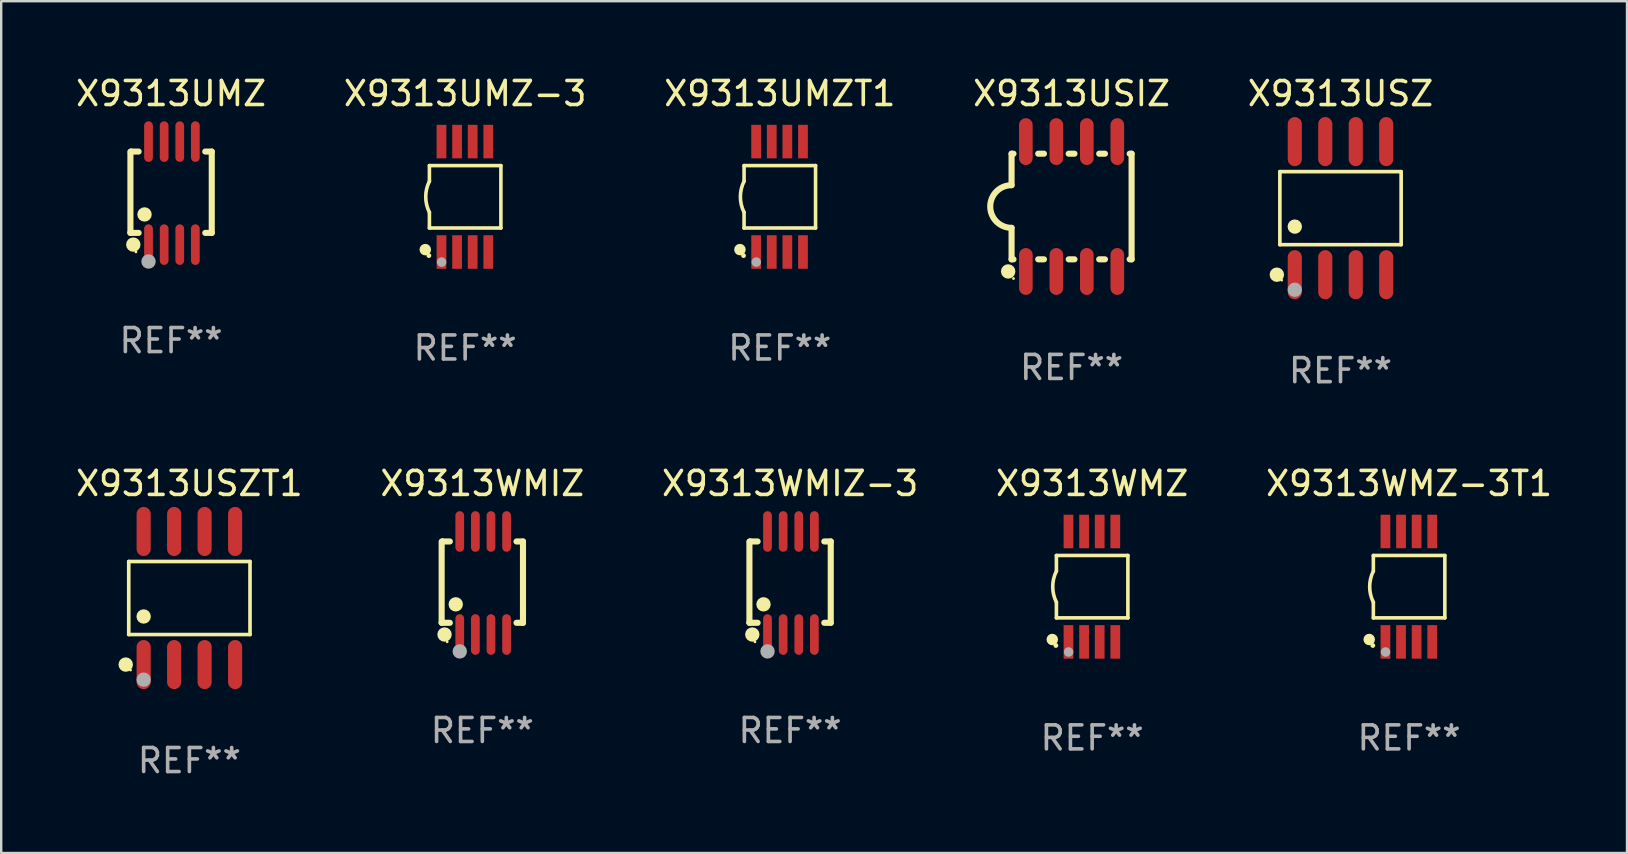
<source format=kicad_pcb>
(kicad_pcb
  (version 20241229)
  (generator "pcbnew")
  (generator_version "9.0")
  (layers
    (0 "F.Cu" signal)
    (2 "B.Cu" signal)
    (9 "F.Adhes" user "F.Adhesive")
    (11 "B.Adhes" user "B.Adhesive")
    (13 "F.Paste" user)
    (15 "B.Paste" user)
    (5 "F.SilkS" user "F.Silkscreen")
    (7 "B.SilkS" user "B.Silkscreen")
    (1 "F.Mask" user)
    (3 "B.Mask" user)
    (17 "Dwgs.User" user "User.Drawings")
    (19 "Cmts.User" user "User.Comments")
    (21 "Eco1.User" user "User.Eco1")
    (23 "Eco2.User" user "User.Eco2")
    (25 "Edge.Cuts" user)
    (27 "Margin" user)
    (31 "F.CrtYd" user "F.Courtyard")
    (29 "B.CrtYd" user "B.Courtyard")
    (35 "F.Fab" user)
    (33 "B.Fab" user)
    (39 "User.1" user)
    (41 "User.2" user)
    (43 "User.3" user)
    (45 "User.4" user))
  (footprint "X9313WMIZ"
    (layer "F.Cu")
    (at 17.042 21.236)
    (property "Reference" "X9313WMIZ" (at 0 -4.146 0) (layer "F.SilkS") (effects (font (size 1 1) (thickness 0.15))))
    (attr through_hole)
    (fp_line (start -1.694 -1.724) (end -1.694 1.652) (stroke (width 0.254) (type solid)) (layer "F.SilkS"))
    (fp_line (start -1.694 1.652) (end -1.688 1.658) (stroke (width 0.254) (type solid)) (layer "F.SilkS"))
    (fp_line (start -1.688 1.658) (end -1.353 1.658) (stroke (width 0.254) (type solid)) (layer "F.SilkS"))
    (fp_line (start -1.661 -1.73) (end -1.681 -1.71) (stroke (width 0.254) (type solid)) (layer "F.SilkS"))
    (fp_line (start -1.353 -1.73) (end -1.661 -1.73) (stroke (width 0.254) (type solid)) (layer "F.SilkS"))
    (fp_line (start 1.424 1.658) (end 1.694 1.658) (stroke (width 0.254) (type solid)) (layer "F.SilkS"))
    (fp_line (start 1.694 -1.73) (end 1.424 -1.73) (stroke (width 0.254) (type solid)) (layer "F.SilkS"))
    (fp_line (start 1.694 1.658) (end 1.694 -1.73) (stroke (width 0.254) (type solid)) (layer "F.SilkS"))
    (fp_circle (center -1.574 2.146) (end -1.424 2.146) (stroke (width 0.3) (type solid)) (fill no) (layer "F.SilkS"))
    (fp_circle (center -1.464 2.45) (end -1.434 2.45) (stroke (width 0.06) (type solid)) (fill no) (layer "F.SilkS"))
    (fp_circle (center -1.107 0.889) (end -0.957 0.889) (stroke (width 0.3) (type solid)) (fill no) (layer "F.SilkS"))
    (fp_circle (center -0.94 2.85) (end -0.789 2.85) (stroke (width 0.3) (type solid)) (fill no) (layer "F.Fab"))
    (fp_text user "REF**" (at 0 6.146 0) (layer "F.Fab") (effects (font (size 1 1) (thickness 0.15))))
    (pad "1" smd oval (at -0.94 2.146) (size 0.364 1.692) (layers "F.Cu" "F.Mask" "F.Paste"))
    (pad "2" smd oval (at -0.289 2.146) (size 0.364 1.692) (layers "F.Cu" "F.Mask" "F.Paste"))
    (pad "3" smd oval (at 0.361 2.146) (size 0.364 1.692) (layers "F.Cu" "F.Mask" "F.Paste"))
    (pad "4" smd oval (at 1.011 2.146) (size 0.364 1.692) (layers "F.Cu" "F.Mask" "F.Paste"))
    (pad "5" smd oval (at 1.011 -2.146) (size 0.364 1.692) (layers "F.Cu" "F.Mask" "F.Paste"))
    (pad "6" smd oval (at 0.361 -2.146) (size 0.364 1.692) (layers "F.Cu" "F.Mask" "F.Paste"))
    (pad "7" smd oval (at -0.289 -2.146) (size 0.364 1.692) (layers "F.Cu" "F.Mask" "F.Paste"))
    (pad "8" smd oval (at -0.94 -2.146) (size 0.364 1.692) (layers "F.Cu" "F.Mask" "F.Paste")))
  (footprint "X9313WMIZ-3"
    (layer "F.Cu")
    (at 29.863 21.236)
    (property "Reference" "X9313WMIZ-3" (at 0 -4.146 0) (layer "F.SilkS") (effects (font (size 1 1) (thickness 0.15))))
    (attr through_hole)
    (fp_line (start -1.694 -1.724) (end -1.694 1.652) (stroke (width 0.254) (type solid)) (layer "F.SilkS"))
    (fp_line (start -1.694 1.652) (end -1.688 1.658) (stroke (width 0.254) (type solid)) (layer "F.SilkS"))
    (fp_line (start -1.688 1.658) (end -1.353 1.658) (stroke (width 0.254) (type solid)) (layer "F.SilkS"))
    (fp_line (start -1.661 -1.73) (end -1.681 -1.71) (stroke (width 0.254) (type solid)) (layer "F.SilkS"))
    (fp_line (start -1.353 -1.73) (end -1.661 -1.73) (stroke (width 0.254) (type solid)) (layer "F.SilkS"))
    (fp_line (start 1.424 1.658) (end 1.694 1.658) (stroke (width 0.254) (type solid)) (layer "F.SilkS"))
    (fp_line (start 1.694 -1.73) (end 1.424 -1.73) (stroke (width 0.254) (type solid)) (layer "F.SilkS"))
    (fp_line (start 1.694 1.658) (end 1.694 -1.73) (stroke (width 0.254) (type solid)) (layer "F.SilkS"))
    (fp_circle (center -1.574 2.146) (end -1.424 2.146) (stroke (width 0.3) (type solid)) (fill no) (layer "F.SilkS"))
    (fp_circle (center -1.464 2.45) (end -1.434 2.45) (stroke (width 0.06) (type solid)) (fill no) (layer "F.SilkS"))
    (fp_circle (center -1.107 0.889) (end -0.957 0.889) (stroke (width 0.3) (type solid)) (fill no) (layer "F.SilkS"))
    (fp_circle (center -0.94 2.85) (end -0.789 2.85) (stroke (width 0.3) (type solid)) (fill no) (layer "F.Fab"))
    (fp_text user "REF**" (at 0 6.146 0) (layer "F.Fab") (effects (font (size 1 1) (thickness 0.15))))
    (pad "1" smd oval (at -0.94 2.146) (size 0.364 1.692) (layers "F.Cu" "F.Mask" "F.Paste"))
    (pad "2" smd oval (at -0.289 2.146) (size 0.364 1.692) (layers "F.Cu" "F.Mask" "F.Paste"))
    (pad "3" smd oval (at 0.361 2.146) (size 0.364 1.692) (layers "F.Cu" "F.Mask" "F.Paste"))
    (pad "4" smd oval (at 1.011 2.146) (size 0.364 1.692) (layers "F.Cu" "F.Mask" "F.Paste"))
    (pad "5" smd oval (at 1.011 -2.146) (size 0.364 1.692) (layers "F.Cu" "F.Mask" "F.Paste"))
    (pad "6" smd oval (at 0.361 -2.146) (size 0.364 1.692) (layers "F.Cu" "F.Mask" "F.Paste"))
    (pad "7" smd oval (at -0.289 -2.146) (size 0.364 1.692) (layers "F.Cu" "F.Mask" "F.Paste"))
    (pad "8" smd oval (at -0.94 -2.146) (size 0.364 1.692) (layers "F.Cu" "F.Mask" "F.Paste")))
  (footprint "X9313USIZ"
    (layer "F.Cu")
    (at 41.589 5.553)
    (property "Reference" "X9313USIZ" (at 0 -4.705 0) (layer "F.SilkS") (effects (font (size 1 1) (thickness 0.15))))
    (attr through_hole)
    (fp_line (start -2.5 -2.2) (end -2.5 -0.889) (stroke (width 0.254) (type solid)) (layer "F.SilkS"))
    (fp_line (start -2.5 2.2) (end -2.5 0.889) (stroke (width 0.254) (type solid)) (layer "F.SilkS"))
    (fp_line (start -2.42 -2.2) (end -2.5 -2.2) (stroke (width 0.254) (type solid)) (layer "F.SilkS"))
    (fp_line (start -2.42 2.2) (end -2.5 2.2) (stroke (width 0.254) (type solid)) (layer "F.SilkS"))
    (fp_line (start -1.15 -2.2) (end -1.39 -2.2) (stroke (width 0.254) (type solid)) (layer "F.SilkS"))
    (fp_line (start -1.15 2.2) (end -1.39 2.2) (stroke (width 0.254) (type solid)) (layer "F.SilkS"))
    (fp_line (start 0.12 -2.2) (end -0.12 -2.2) (stroke (width 0.254) (type solid)) (layer "F.SilkS"))
    (fp_line (start 0.12 2.2) (end -0.12 2.2) (stroke (width 0.254) (type solid)) (layer "F.SilkS"))
    (fp_line (start 1.39 -2.2) (end 1.15 -2.2) (stroke (width 0.254) (type solid)) (layer "F.SilkS"))
    (fp_line (start 1.39 2.2) (end 1.15 2.2) (stroke (width 0.254) (type solid)) (layer "F.SilkS"))
    (fp_line (start 2.5 -2.2) (end 2.42 -2.2) (stroke (width 0.254) (type solid)) (layer "F.SilkS"))
    (fp_line (start 2.5 -2.2) (end 2.5 2.2) (stroke (width 0.254) (type solid)) (layer "F.SilkS"))
    (fp_line (start 2.5 2.2) (end 2.42 2.2) (stroke (width 0.254) (type solid)) (layer "F.SilkS"))
    (fp_arc (start -2.5 0.889002) (mid -3.388367 -0.000318) (end -2.499365 -0.889002) (stroke (width 0.254001) (type solid)) (layer "F.SilkS"))
    (fp_circle (center -2.642 2.705) (end -2.491 2.705) (stroke (width 0.3) (type solid)) (fill no) (layer "F.SilkS"))
    (fp_circle (center -2.42 3) (end -2.39 3) (stroke (width 0.06) (type solid)) (fill no) (layer "F.SilkS"))
    (fp_text user "REF**" (at 0 6.705 0) (layer "F.Fab") (effects (font (size 1 1) (thickness 0.15))))
    (pad "1" smd oval (at -1.905 2.705) (size 0.568 1.95) (layers "F.Cu" "F.Mask" "F.Paste"))
    (pad "2" smd oval (at -0.635 2.705) (size 0.568 1.95) (layers "F.Cu" "F.Mask" "F.Paste"))
    (pad "3" smd oval (at 0.635 2.705) (size 0.568 1.95) (layers "F.Cu" "F.Mask" "F.Paste"))
    (pad "4" smd oval (at 1.905 2.705) (size 0.568 1.95) (layers "F.Cu" "F.Mask" "F.Paste"))
    (pad "5" smd oval (at 1.905 -2.705) (size 0.568 1.95) (layers "F.Cu" "F.Mask" "F.Paste"))
    (pad "6" smd oval (at 0.635 -2.705) (size 0.568 1.95) (layers "F.Cu" "F.Mask" "F.Paste"))
    (pad "7" smd oval (at -0.635 -2.705) (size 0.568 1.95) (layers "F.Cu" "F.Mask" "F.Paste"))
    (pad "8" smd oval (at -1.905 -2.705) (size 0.568 1.95) (layers "F.Cu" "F.Mask" "F.Paste")))
  (footprint "X9313UMZT1"
    (layer "F.Cu")
    (at 29.435 5.148)
    (property "Reference" "X9313UMZT1" (at 0 -4.3 0) (layer "F.SilkS") (effects (font (size 1 1) (thickness 0.15))))
    (attr through_hole)
    (fp_line (start -1.489 -1.3) (end -1.489 -0.648) (stroke (width 0.15) (type solid)) (layer "F.SilkS"))
    (fp_line (start -1.489 0.648) (end -1.489 1.3) (stroke (width 0.15) (type solid)) (layer "F.SilkS"))
    (fp_line (start -1.489 1.3) (end 1.489 1.3) (stroke (width 0.15) (type solid)) (layer "F.SilkS"))
    (fp_line (start 1.489 -1.3) (end -1.489 -1.3) (stroke (width 0.15) (type solid)) (layer "F.SilkS"))
    (fp_line (start 1.489 1.3) (end 1.489 -1.3) (stroke (width 0.15) (type solid)) (layer "F.SilkS"))
    (fp_arc (start -1.489205 0.647702) (mid -1.642107 0) (end -1.489205 -0.647701) (stroke (width 0.150013) (type solid)) (layer "F.SilkS"))
    (fp_circle (center -1.661 2.2) (end -1.541 2.2) (stroke (width 0.24) (type solid)) (fill no) (layer "F.SilkS"))
    (fp_circle (center -1.511 2.45) (end -1.461 2.45) (stroke (width 0.1) (type solid)) (fill no) (layer "F.SilkS"))
    (fp_circle (center -0.981 2.72) (end -0.881 2.72) (stroke (width 0.2) (type solid)) (fill no) (layer "F.Fab"))
    (fp_text user "REF**" (at 0 6.3 0) (layer "F.Fab") (effects (font (size 1 1) (thickness 0.15))))
    (pad "1" smd rect (at -0.986 2.3) (size 0.406 1.397) (layers "F.Cu" "F.Mask" "F.Paste"))
    (pad "2" smd rect (at -0.336 2.3) (size 0.406 1.397) (layers "F.Cu" "F.Mask" "F.Paste"))
    (pad "3" smd rect (at 0.314 2.3) (size 0.406 1.397) (layers "F.Cu" "F.Mask" "F.Paste"))
    (pad "4" smd rect (at 0.964 2.3) (size 0.406 1.397) (layers "F.Cu" "F.Mask" "F.Paste"))
    (pad "5" smd rect (at 0.964 -2.3) (size 0.406 1.397) (layers "F.Cu" "F.Mask" "F.Paste"))
    (pad "6" smd rect (at 0.314 -2.3) (size 0.406 1.397) (layers "F.Cu" "F.Mask" "F.Paste"))
    (pad "7" smd rect (at -0.336 -2.3) (size 0.406 1.397) (layers "F.Cu" "F.Mask" "F.Paste"))
    (pad "8" smd rect (at -0.986 -2.3) (size 0.406 1.397) (layers "F.Cu" "F.Mask" "F.Paste")))
  (footprint "X9313UMZ"
    (layer "F.Cu")
    (at 4.077 4.994)
    (property "Reference" "X9313UMZ" (at 0 -4.146 0) (layer "F.SilkS") (effects (font (size 1 1) (thickness 0.15))))
    (attr through_hole)
    (fp_line (start -1.694 -1.724) (end -1.694 1.652) (stroke (width 0.254) (type solid)) (layer "F.SilkS"))
    (fp_line (start -1.694 1.652) (end -1.688 1.658) (stroke (width 0.254) (type solid)) (layer "F.SilkS"))
    (fp_line (start -1.688 1.658) (end -1.353 1.658) (stroke (width 0.254) (type solid)) (layer "F.SilkS"))
    (fp_line (start -1.661 -1.73) (end -1.681 -1.71) (stroke (width 0.254) (type solid)) (layer "F.SilkS"))
    (fp_line (start -1.353 -1.73) (end -1.661 -1.73) (stroke (width 0.254) (type solid)) (layer "F.SilkS"))
    (fp_line (start 1.424 1.658) (end 1.694 1.658) (stroke (width 0.254) (type solid)) (layer "F.SilkS"))
    (fp_line (start 1.694 -1.73) (end 1.424 -1.73) (stroke (width 0.254) (type solid)) (layer "F.SilkS"))
    (fp_line (start 1.694 1.658) (end 1.694 -1.73) (stroke (width 0.254) (type solid)) (layer "F.SilkS"))
    (fp_circle (center -1.574 2.146) (end -1.424 2.146) (stroke (width 0.3) (type solid)) (fill no) (layer "F.SilkS"))
    (fp_circle (center -1.464 2.45) (end -1.434 2.45) (stroke (width 0.06) (type solid)) (fill no) (layer "F.SilkS"))
    (fp_circle (center -1.107 0.889) (end -0.957 0.889) (stroke (width 0.3) (type solid)) (fill no) (layer "F.SilkS"))
    (fp_circle (center -0.94 2.85) (end -0.789 2.85) (stroke (width 0.3) (type solid)) (fill no) (layer "F.Fab"))
    (fp_text user "REF**" (at 0 6.146 0) (layer "F.Fab") (effects (font (size 1 1) (thickness 0.15))))
    (pad "1" smd oval (at -0.94 2.146) (size 0.364 1.692) (layers "F.Cu" "F.Mask" "F.Paste"))
    (pad "2" smd oval (at -0.289 2.146) (size 0.364 1.692) (layers "F.Cu" "F.Mask" "F.Paste"))
    (pad "3" smd oval (at 0.361 2.146) (size 0.364 1.692) (layers "F.Cu" "F.Mask" "F.Paste"))
    (pad "4" smd oval (at 1.011 2.146) (size 0.364 1.692) (layers "F.Cu" "F.Mask" "F.Paste"))
    (pad "5" smd oval (at 1.011 -2.146) (size 0.364 1.692) (layers "F.Cu" "F.Mask" "F.Paste"))
    (pad "6" smd oval (at 0.361 -2.146) (size 0.364 1.692) (layers "F.Cu" "F.Mask" "F.Paste"))
    (pad "7" smd oval (at -0.289 -2.146) (size 0.364 1.692) (layers "F.Cu" "F.Mask" "F.Paste"))
    (pad "8" smd oval (at -0.94 -2.146) (size 0.364 1.692) (layers "F.Cu" "F.Mask" "F.Paste")))
  (footprint "X9313USZ"
    (layer "F.Cu")
    (at 52.792 5.621)
    (property "Reference" "X9313USZ" (at 0 -4.772 0) (layer "F.SilkS") (effects (font (size 1 1) (thickness 0.15))))
    (attr through_hole)
    (fp_line (start -2.526 -1.521) (end 2.526 -1.521) (stroke (width 0.152) (type solid)) (layer "F.SilkS"))
    (fp_line (start -2.526 1.521) (end -2.526 -1.521) (stroke (width 0.152) (type solid)) (layer "F.SilkS"))
    (fp_line (start 2.526 -1.521) (end 2.526 1.521) (stroke (width 0.152) (type solid)) (layer "F.SilkS"))
    (fp_line (start 2.526 1.521) (end -2.526 1.521) (stroke (width 0.152) (type solid)) (layer "F.SilkS"))
    (fp_circle (center -2.652 2.772) (end -2.501 2.772) (stroke (width 0.3) (type solid)) (fill no) (layer "F.SilkS"))
    (fp_circle (center -2.45 3) (end -2.42 3) (stroke (width 0.06) (type solid)) (fill no) (layer "F.SilkS"))
    (fp_circle (center -1.905 0.769) (end -1.755 0.769) (stroke (width 0.3) (type solid)) (fill no) (layer "F.SilkS"))
    (fp_circle (center -1.905 3.4) (end -1.755 3.4) (stroke (width 0.3) (type solid)) (fill no) (layer "F.Fab"))
    (fp_text user "REF**" (at 0 6.772 0) (layer "F.Fab") (effects (font (size 1 1) (thickness 0.15))))
    (pad "1" smd oval (at -1.905 2.772) (size 0.588 2.045) (layers "F.Cu" "F.Mask" "F.Paste"))
    (pad "2" smd oval (at -0.635 2.772) (size 0.588 2.045) (layers "F.Cu" "F.Mask" "F.Paste"))
    (pad "3" smd oval (at 0.635 2.772) (size 0.588 2.045) (layers "F.Cu" "F.Mask" "F.Paste"))
    (pad "4" smd oval (at 1.905 2.772) (size 0.588 2.045) (layers "F.Cu" "F.Mask" "F.Paste"))
    (pad "5" smd oval (at 1.905 -2.772) (size 0.588 2.045) (layers "F.Cu" "F.Mask" "F.Paste"))
    (pad "6" smd oval (at 0.635 -2.772) (size 0.588 2.045) (layers "F.Cu" "F.Mask" "F.Paste"))
    (pad "7" smd oval (at -0.635 -2.772) (size 0.588 2.045) (layers "F.Cu" "F.Mask" "F.Paste"))
    (pad "8" smd oval (at -1.905 -2.772) (size 0.588 2.045) (layers "F.Cu" "F.Mask" "F.Paste")))
  (footprint "X9313UMZ-3"
    (layer "F.Cu")
    (at 16.327 5.148)
    (property "Reference" "X9313UMZ-3" (at 0 -4.3 0) (layer "F.SilkS") (effects (font (size 1 1) (thickness 0.15))))
    (attr through_hole)
    (fp_line (start -1.489 -1.3) (end -1.489 -0.648) (stroke (width 0.15) (type solid)) (layer "F.SilkS"))
    (fp_line (start -1.489 0.648) (end -1.489 1.3) (stroke (width 0.15) (type solid)) (layer "F.SilkS"))
    (fp_line (start -1.489 1.3) (end 1.489 1.3) (stroke (width 0.15) (type solid)) (layer "F.SilkS"))
    (fp_line (start 1.489 -1.3) (end -1.489 -1.3) (stroke (width 0.15) (type solid)) (layer "F.SilkS"))
    (fp_line (start 1.489 1.3) (end 1.489 -1.3) (stroke (width 0.15) (type solid)) (layer "F.SilkS"))
    (fp_arc (start -1.489205 0.647702) (mid -1.642107 0) (end -1.489205 -0.647701) (stroke (width 0.150013) (type solid)) (layer "F.SilkS"))
    (fp_circle (center -1.661 2.2) (end -1.541 2.2) (stroke (width 0.24) (type solid)) (fill no) (layer "F.SilkS"))
    (fp_circle (center -1.511 2.45) (end -1.461 2.45) (stroke (width 0.1) (type solid)) (fill no) (layer "F.SilkS"))
    (fp_circle (center -0.981 2.72) (end -0.881 2.72) (stroke (width 0.2) (type solid)) (fill no) (layer "F.Fab"))
    (fp_text user "REF**" (at 0 6.3 0) (layer "F.Fab") (effects (font (size 1 1) (thickness 0.15))))
    (pad "1" smd rect (at -0.986 2.3) (size 0.406 1.397) (layers "F.Cu" "F.Mask" "F.Paste"))
    (pad "2" smd rect (at -0.336 2.3) (size 0.406 1.397) (layers "F.Cu" "F.Mask" "F.Paste"))
    (pad "3" smd rect (at 0.314 2.3) (size 0.406 1.397) (layers "F.Cu" "F.Mask" "F.Paste"))
    (pad "4" smd rect (at 0.964 2.3) (size 0.406 1.397) (layers "F.Cu" "F.Mask" "F.Paste"))
    (pad "5" smd rect (at 0.964 -2.3) (size 0.406 1.397) (layers "F.Cu" "F.Mask" "F.Paste"))
    (pad "6" smd rect (at 0.314 -2.3) (size 0.406 1.397) (layers "F.Cu" "F.Mask" "F.Paste"))
    (pad "7" smd rect (at -0.336 -2.3) (size 0.406 1.397) (layers "F.Cu" "F.Mask" "F.Paste"))
    (pad "8" smd rect (at -0.986 -2.3) (size 0.406 1.397) (layers "F.Cu" "F.Mask" "F.Paste")))
  (footprint "X9313WMZ-3T1"
    (layer "F.Cu")
    (at 55.649 21.39)
    (property "Reference" "X9313WMZ-3T1" (at 0 -4.3 0) (layer "F.SilkS") (effects (font (size 1 1) (thickness 0.15))))
    (attr through_hole)
    (fp_line (start -1.489 -1.3) (end -1.489 -0.648) (stroke (width 0.15) (type solid)) (layer "F.SilkS"))
    (fp_line (start -1.489 0.648) (end -1.489 1.3) (stroke (width 0.15) (type solid)) (layer "F.SilkS"))
    (fp_line (start -1.489 1.3) (end 1.489 1.3) (stroke (width 0.15) (type solid)) (layer "F.SilkS"))
    (fp_line (start 1.489 -1.3) (end -1.489 -1.3) (stroke (width 0.15) (type solid)) (layer "F.SilkS"))
    (fp_line (start 1.489 1.3) (end 1.489 -1.3) (stroke (width 0.15) (type solid)) (layer "F.SilkS"))
    (fp_arc (start -1.489205 0.647702) (mid -1.642107 0) (end -1.489205 -0.647701) (stroke (width 0.150013) (type solid)) (layer "F.SilkS"))
    (fp_circle (center -1.661 2.2) (end -1.541 2.2) (stroke (width 0.24) (type solid)) (fill no) (layer "F.SilkS"))
    (fp_circle (center -1.511 2.45) (end -1.461 2.45) (stroke (width 0.1) (type solid)) (fill no) (layer "F.SilkS"))
    (fp_circle (center -0.981 2.72) (end -0.881 2.72) (stroke (width 0.2) (type solid)) (fill no) (layer "F.Fab"))
    (fp_text user "REF**" (at 0 6.3 0) (layer "F.Fab") (effects (font (size 1 1) (thickness 0.15))))
    (pad "1" smd rect (at -0.986 2.3) (size 0.406 1.397) (layers "F.Cu" "F.Mask" "F.Paste"))
    (pad "2" smd rect (at -0.336 2.3) (size 0.406 1.397) (layers "F.Cu" "F.Mask" "F.Paste"))
    (pad "3" smd rect (at 0.314 2.3) (size 0.406 1.397) (layers "F.Cu" "F.Mask" "F.Paste"))
    (pad "4" smd rect (at 0.964 2.3) (size 0.406 1.397) (layers "F.Cu" "F.Mask" "F.Paste"))
    (pad "5" smd rect (at 0.964 -2.3) (size 0.406 1.397) (layers "F.Cu" "F.Mask" "F.Paste"))
    (pad "6" smd rect (at 0.314 -2.3) (size 0.406 1.397) (layers "F.Cu" "F.Mask" "F.Paste"))
    (pad "7" smd rect (at -0.336 -2.3) (size 0.406 1.397) (layers "F.Cu" "F.Mask" "F.Paste"))
    (pad "8" smd rect (at -0.986 -2.3) (size 0.406 1.397) (layers "F.Cu" "F.Mask" "F.Paste")))
  (footprint "X9313WMZ"
    (layer "F.Cu")
    (at 42.446 21.39)
    (property "Reference" "X9313WMZ" (at 0 -4.3 0) (layer "F.SilkS") (effects (font (size 1 1) (thickness 0.15))))
    (attr through_hole)
    (fp_line (start -1.489 -1.3) (end -1.489 -0.648) (stroke (width 0.15) (type solid)) (layer "F.SilkS"))
    (fp_line (start -1.489 0.648) (end -1.489 1.3) (stroke (width 0.15) (type solid)) (layer "F.SilkS"))
    (fp_line (start -1.489 1.3) (end 1.489 1.3) (stroke (width 0.15) (type solid)) (layer "F.SilkS"))
    (fp_line (start 1.489 -1.3) (end -1.489 -1.3) (stroke (width 0.15) (type solid)) (layer "F.SilkS"))
    (fp_line (start 1.489 1.3) (end 1.489 -1.3) (stroke (width 0.15) (type solid)) (layer "F.SilkS"))
    (fp_arc (start -1.489205 0.647702) (mid -1.642107 0) (end -1.489205 -0.647701) (stroke (width 0.150013) (type solid)) (layer "F.SilkS"))
    (fp_circle (center -1.661 2.2) (end -1.541 2.2) (stroke (width 0.24) (type solid)) (fill no) (layer "F.SilkS"))
    (fp_circle (center -1.511 2.45) (end -1.461 2.45) (stroke (width 0.1) (type solid)) (fill no) (layer "F.SilkS"))
    (fp_circle (center -0.981 2.72) (end -0.881 2.72) (stroke (width 0.2) (type solid)) (fill no) (layer "F.Fab"))
    (fp_text user "REF**" (at 0 6.3 0) (layer "F.Fab") (effects (font (size 1 1) (thickness 0.15))))
    (pad "1" smd rect (at -0.986 2.3) (size 0.406 1.397) (layers "F.Cu" "F.Mask" "F.Paste"))
    (pad "2" smd rect (at -0.336 2.3) (size 0.406 1.397) (layers "F.Cu" "F.Mask" "F.Paste"))
    (pad "3" smd rect (at 0.314 2.3) (size 0.406 1.397) (layers "F.Cu" "F.Mask" "F.Paste"))
    (pad "4" smd rect (at 0.964 2.3) (size 0.406 1.397) (layers "F.Cu" "F.Mask" "F.Paste"))
    (pad "5" smd rect (at 0.964 -2.3) (size 0.406 1.397) (layers "F.Cu" "F.Mask" "F.Paste"))
    (pad "6" smd rect (at 0.314 -2.3) (size 0.406 1.397) (layers "F.Cu" "F.Mask" "F.Paste"))
    (pad "7" smd rect (at -0.336 -2.3) (size 0.406 1.397) (layers "F.Cu" "F.Mask" "F.Paste"))
    (pad "8" smd rect (at -0.986 -2.3) (size 0.406 1.397) (layers "F.Cu" "F.Mask" "F.Paste")))
  (footprint "X9313USZT1"
    (layer "F.Cu")
    (at 4.839 21.862)
    (property "Reference" "X9313USZT1" (at 0 -4.772 0) (layer "F.SilkS") (effects (font (size 1 1) (thickness 0.15))))
    (attr through_hole)
    (fp_line (start -2.526 -1.521) (end 2.526 -1.521) (stroke (width 0.152) (type solid)) (layer "F.SilkS"))
    (fp_line (start -2.526 1.521) (end -2.526 -1.521) (stroke (width 0.152) (type solid)) (layer "F.SilkS"))
    (fp_line (start 2.526 -1.521) (end 2.526 1.521) (stroke (width 0.152) (type solid)) (layer "F.SilkS"))
    (fp_line (start 2.526 1.521) (end -2.526 1.521) (stroke (width 0.152) (type solid)) (layer "F.SilkS"))
    (fp_circle (center -2.652 2.772) (end -2.501 2.772) (stroke (width 0.3) (type solid)) (fill no) (layer "F.SilkS"))
    (fp_circle (center -2.45 3) (end -2.42 3) (stroke (width 0.06) (type solid)) (fill no) (layer "F.SilkS"))
    (fp_circle (center -1.905 0.769) (end -1.755 0.769) (stroke (width 0.3) (type solid)) (fill no) (layer "F.SilkS"))
    (fp_circle (center -1.905 3.4) (end -1.755 3.4) (stroke (width 0.3) (type solid)) (fill no) (layer "F.Fab"))
    (fp_text user "REF**" (at 0 6.772 0) (layer "F.Fab") (effects (font (size 1 1) (thickness 0.15))))
    (pad "1" smd oval (at -1.905 2.772) (size 0.588 2.045) (layers "F.Cu" "F.Mask" "F.Paste"))
    (pad "2" smd oval (at -0.635 2.772) (size 0.588 2.045) (layers "F.Cu" "F.Mask" "F.Paste"))
    (pad "3" smd oval (at 0.635 2.772) (size 0.588 2.045) (layers "F.Cu" "F.Mask" "F.Paste"))
    (pad "4" smd oval (at 1.905 2.772) (size 0.588 2.045) (layers "F.Cu" "F.Mask" "F.Paste"))
    (pad "5" smd oval (at 1.905 -2.772) (size 0.588 2.045) (layers "F.Cu" "F.Mask" "F.Paste"))
    (pad "6" smd oval (at 0.635 -2.772) (size 0.588 2.045) (layers "F.Cu" "F.Mask" "F.Paste"))
    (pad "7" smd oval (at -0.635 -2.772) (size 0.588 2.045) (layers "F.Cu" "F.Mask" "F.Paste"))
    (pad "8" smd oval (at -1.905 -2.772) (size 0.588 2.045) (layers "F.Cu" "F.Mask" "F.Paste")))
  (gr_rect
    (start -3 -3)
    (end 64.726 32.483)
    (stroke (width 0.1) (type default))
    (fill no)
    (layer "Edge.Cuts")))
</source>
